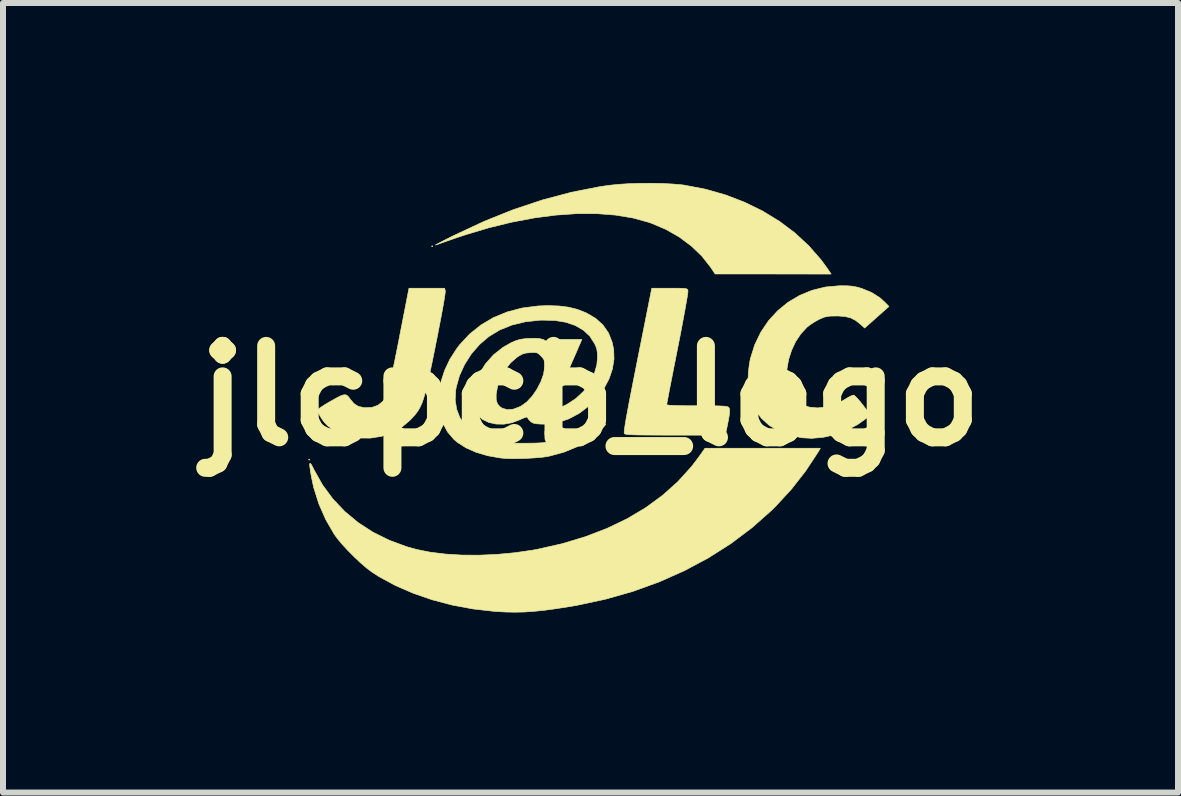
<source format=kicad_pcb>
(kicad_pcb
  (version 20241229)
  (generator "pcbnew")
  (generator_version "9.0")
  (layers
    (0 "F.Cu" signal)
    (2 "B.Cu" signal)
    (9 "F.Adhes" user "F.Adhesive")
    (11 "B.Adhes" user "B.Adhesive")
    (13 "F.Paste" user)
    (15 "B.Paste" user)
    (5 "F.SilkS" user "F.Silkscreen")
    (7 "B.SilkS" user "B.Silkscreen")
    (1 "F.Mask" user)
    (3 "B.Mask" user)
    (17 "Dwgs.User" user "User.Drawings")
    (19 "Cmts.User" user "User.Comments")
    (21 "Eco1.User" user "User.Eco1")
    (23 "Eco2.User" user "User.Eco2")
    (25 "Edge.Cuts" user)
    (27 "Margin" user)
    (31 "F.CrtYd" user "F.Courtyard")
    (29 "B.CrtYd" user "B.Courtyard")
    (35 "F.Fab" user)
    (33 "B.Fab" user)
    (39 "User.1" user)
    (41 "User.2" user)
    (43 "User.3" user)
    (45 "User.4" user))
  (footprint "jlcpcb_logo"
    (layer "F.Cu")
    (at 6.793 3.55)
    (property "Reference" "jlcpcb_logo" (at 0 0 0) (layer "F.SilkS") (effects (font (size 1.524 1.524) (thickness 0.3))))
    (attr through_hole)
    (fp_poly (pts (xy -4.681 1.061) (xy -4.69 1.07) (xy -4.699 1.061) (xy -4.69 1.052) (xy -4.681 1.061)) (stroke (width 0.01) (type solid)) (fill yes) (layer "F.SilkS"))
    (fp_poly (pts (xy -2.631 -2.495) (xy -2.64 -2.486) (xy -2.649 -2.495) (xy -2.64 -2.504) (xy -2.631 -2.495)) (stroke (width 0.01) (type solid)) (fill yes) (layer "F.SilkS"))
    (fp_poly (pts (xy 1.192 -3.542) (xy 1.363 -3.533) (xy 1.511 -3.521) (xy 1.568 -3.513) (xy 1.914 -3.447) (xy 2.248 -3.352) (xy 2.566 -3.23) (xy 2.867 -3.083) (xy 3.147 -2.912) (xy 3.405 -2.719) (xy 3.637 -2.504) (xy 3.841 -2.271) (xy 3.94 -2.136) (xy 4.011 -2.032) (xy 3.044 -2.033) (xy 2.077 -2.033) (xy 2 -2.148) (xy 1.855 -2.332) (xy 1.681 -2.499) (xy 1.481 -2.648) (xy 1.259 -2.775) (xy 1.02 -2.877) (xy 0.971 -2.894) (xy 0.706 -2.967) (xy 0.416 -3.015) (xy 0.104 -3.039) (xy -0.227 -3.039) (xy -0.575 -3.015) (xy -0.937 -2.968) (xy -1.312 -2.897) (xy -1.696 -2.803) (xy -2.087 -2.686) (xy -2.273 -2.624) (xy -2.369 -2.59) (xy -2.455 -2.56) (xy -2.525 -2.535) (xy -2.572 -2.519) (xy -2.585 -2.515) (xy -2.581 -2.519) (xy -2.547 -2.537) (xy -2.489 -2.568) (xy -2.411 -2.608) (xy -2.316 -2.656) (xy -2.259 -2.684) (xy -1.77 -2.912) (xy -1.283 -3.107) (xy -0.8 -3.268) (xy -0.321 -3.395) (xy 0.151 -3.488) (xy 0.318 -3.512) (xy 0.464 -3.527) (xy 0.634 -3.538) (xy 0.818 -3.544) (xy 1.007 -3.545) (xy 1.192 -3.542)) (stroke (width 0.01) (type solid)) (fill yes) (layer "F.SilkS"))
    (fp_poly (pts (xy -2.421 -1.753) (xy -2.422 -1.726) (xy -2.43 -1.667) (xy -2.444 -1.579) (xy -2.464 -1.465) (xy -2.489 -1.328) (xy -2.519 -1.173) (xy -2.552 -1.001) (xy -2.581 -0.856) (xy -2.625 -0.637) (xy -2.664 -0.45) (xy -2.698 -0.293) (xy -2.728 -0.161) (xy -2.756 -0.051) (xy -2.782 0.039) (xy -2.808 0.115) (xy -2.836 0.177) (xy -2.865 0.231) (xy -2.898 0.279) (xy -2.935 0.325) (xy -2.978 0.372) (xy -3.006 0.402) (xy -3.146 0.52) (xy -3.305 0.611) (xy -3.481 0.672) (xy -3.668 0.702) (xy -3.864 0.701) (xy -3.959 0.689) (xy -4.119 0.648) (xy -4.261 0.584) (xy -4.38 0.499) (xy -4.431 0.446) (xy -4.471 0.394) (xy -4.507 0.336) (xy -4.535 0.282) (xy -4.549 0.242) (xy -4.548 0.23) (xy -4.53 0.212) (xy -4.486 0.182) (xy -4.422 0.141) (xy -4.345 0.095) (xy -4.325 0.084) (xy -4.231 0.032) (xy -4.163 -0.003) (xy -4.114 -0.019) (xy -4.078 -0.019) (xy -4.05 -0.003) (xy -4.022 0.029) (xy -4.006 0.053) (xy -3.943 0.127) (xy -3.873 0.172) (xy -3.782 0.194) (xy -3.758 0.196) (xy -3.642 0.19) (xy -3.543 0.155) (xy -3.465 0.093) (xy -3.44 0.061) (xy -3.424 0.033) (xy -3.407 -0.001) (xy -3.391 -0.042) (xy -3.375 -0.095) (xy -3.356 -0.162) (xy -3.336 -0.246) (xy -3.313 -0.35) (xy -3.286 -0.478) (xy -3.254 -0.633) (xy -3.217 -0.817) (xy -3.175 -1.033) (xy -3.174 -1.039) (xy -3.026 -1.796) (xy -2.432 -1.796) (xy -2.421 -1.753)) (stroke (width 0.01) (type solid)) (fill yes) (layer "F.SilkS"))
    (fp_poly (pts (xy 1.427 -1.796) (xy 1.506 -1.795) (xy 1.56 -1.793) (xy 1.593 -1.788) (xy 1.611 -1.78) (xy 1.62 -1.769) (xy 1.624 -1.755) (xy 1.623 -1.73) (xy 1.615 -1.673) (xy 1.601 -1.587) (xy 1.581 -1.476) (xy 1.557 -1.343) (xy 1.529 -1.193) (xy 1.498 -1.028) (xy 1.463 -0.852) (xy 1.452 -0.796) (xy 1.417 -0.618) (xy 1.384 -0.451) (xy 1.354 -0.298) (xy 1.327 -0.162) (xy 1.305 -0.047) (xy 1.288 0.044) (xy 1.276 0.107) (xy 1.27 0.14) (xy 1.27 0.143) (xy 1.282 0.149) (xy 1.319 0.155) (xy 1.384 0.158) (xy 1.478 0.161) (xy 1.604 0.163) (xy 1.763 0.163) (xy 1.776 0.163) (xy 1.927 0.164) (xy 2.046 0.164) (xy 2.136 0.166) (xy 2.203 0.169) (xy 2.249 0.172) (xy 2.279 0.178) (xy 2.297 0.185) (xy 2.305 0.192) (xy 2.316 0.216) (xy 2.318 0.256) (xy 2.313 0.317) (xy 2.298 0.404) (xy 2.275 0.52) (xy 2.267 0.558) (xy 2.247 0.653) (xy 1.416 0.653) (xy 1.215 0.653) (xy 1.048 0.652) (xy 0.911 0.651) (xy 0.802 0.65) (xy 0.718 0.648) (xy 0.655 0.645) (xy 0.611 0.641) (xy 0.583 0.636) (xy 0.567 0.631) (xy 0.564 0.628) (xy 0.561 0.615) (xy 0.562 0.586) (xy 0.568 0.538) (xy 0.578 0.47) (xy 0.593 0.38) (xy 0.614 0.266) (xy 0.64 0.125) (xy 0.673 -0.044) (xy 0.712 -0.244) (xy 0.758 -0.476) (xy 0.782 -0.597) (xy 1.021 -1.796) (xy 1.317 -1.796) (xy 1.427 -1.796)) (stroke (width 0.01) (type solid)) (fill yes) (layer "F.SilkS"))
    (fp_poly (pts (xy 3.791 0.939) (xy 3.586 1.25) (xy 3.351 1.551) (xy 3.088 1.837) (xy 3.019 1.905) (xy 2.692 2.195) (xy 2.34 2.46) (xy 1.964 2.699) (xy 1.565 2.912) (xy 1.144 3.099) (xy 0.705 3.258) (xy 0.247 3.388) (xy -0.228 3.49) (xy -0.346 3.51) (xy -0.57 3.545) (xy -0.767 3.572) (xy -0.943 3.59) (xy -1.105 3.601) (xy -1.26 3.604) (xy -1.416 3.601) (xy -1.581 3.592) (xy -1.606 3.59) (xy -1.958 3.55) (xy -2.303 3.486) (xy -2.637 3.398) (xy -2.954 3.289) (xy -3.251 3.16) (xy -3.523 3.013) (xy -3.647 2.933) (xy -3.734 2.867) (xy -3.834 2.781) (xy -3.94 2.681) (xy -4.045 2.575) (xy -4.141 2.471) (xy -4.221 2.375) (xy -4.27 2.308) (xy -4.412 2.063) (xy -4.528 1.8) (xy -4.614 1.528) (xy -4.652 1.351) (xy -4.67 1.243) (xy -4.68 1.17) (xy -4.681 1.13) (xy -4.672 1.121) (xy -4.654 1.143) (xy -4.626 1.195) (xy -4.609 1.23) (xy -4.467 1.483) (xy -4.296 1.715) (xy -4.098 1.924) (xy -3.874 2.11) (xy -3.626 2.271) (xy -3.355 2.405) (xy -3.063 2.513) (xy -2.906 2.557) (xy -2.678 2.603) (xy -2.423 2.635) (xy -2.147 2.652) (xy -1.858 2.654) (xy -1.562 2.641) (xy -1.264 2.613) (xy -0.971 2.571) (xy -0.889 2.556) (xy -0.475 2.463) (xy -0.087 2.346) (xy 0.276 2.207) (xy 0.613 2.045) (xy 0.923 1.86) (xy 1.205 1.653) (xy 1.459 1.425) (xy 1.685 1.175) (xy 1.809 1.011) (xy 1.908 0.871) (xy 3.831 0.871) (xy 3.791 0.939)) (stroke (width 0.01) (type solid)) (fill yes) (layer "F.SilkS"))
    (fp_poly (pts (xy 4.285 -1.836) (xy 4.365 -1.829) (xy 4.436 -1.816) (xy 4.511 -1.795) (xy 4.522 -1.791) (xy 4.686 -1.724) (xy 4.824 -1.636) (xy 4.905 -1.563) (xy 4.974 -1.492) (xy 4.569 -1.132) (xy 4.503 -1.192) (xy 4.422 -1.257) (xy 4.34 -1.3) (xy 4.247 -1.324) (xy 4.133 -1.333) (xy 4.1 -1.333) (xy 4.015 -1.332) (xy 3.952 -1.327) (xy 3.901 -1.315) (xy 3.847 -1.294) (xy 3.81 -1.277) (xy 3.734 -1.235) (xy 3.657 -1.184) (xy 3.607 -1.145) (xy 3.505 -1.035) (xy 3.419 -0.906) (xy 3.352 -0.763) (xy 3.303 -0.612) (xy 3.275 -0.459) (xy 3.269 -0.311) (xy 3.286 -0.172) (xy 3.327 -0.049) (xy 3.357 0.004) (xy 3.434 0.09) (xy 3.534 0.151) (xy 3.651 0.187) (xy 3.781 0.199) (xy 3.919 0.185) (xy 4.059 0.146) (xy 4.198 0.082) (xy 4.244 0.054) (xy 4.303 0.019) (xy 4.354 -0.006) (xy 4.386 -0.015) (xy 4.388 -0.014) (xy 4.41 0.002) (xy 4.448 0.041) (xy 4.497 0.097) (xy 4.542 0.154) (xy 4.666 0.317) (xy 4.614 0.36) (xy 4.451 0.477) (xy 4.269 0.572) (xy 4.076 0.644) (xy 3.88 0.689) (xy 3.687 0.706) (xy 3.52 0.696) (xy 3.314 0.652) (xy 3.133 0.582) (xy 2.977 0.489) (xy 2.848 0.372) (xy 2.746 0.233) (xy 2.673 0.072) (xy 2.647 -0.018) (xy 2.631 -0.128) (xy 2.625 -0.26) (xy 2.632 -0.402) (xy 2.649 -0.542) (xy 2.665 -0.624) (xy 2.737 -0.853) (xy 2.838 -1.063) (xy 2.966 -1.253) (xy 3.118 -1.419) (xy 3.291 -1.561) (xy 3.483 -1.675) (xy 3.692 -1.761) (xy 3.915 -1.816) (xy 4.149 -1.837) (xy 4.182 -1.837) (xy 4.285 -1.836)) (stroke (width 0.01) (type solid)) (fill yes) (layer "F.SilkS"))
    (fp_poly (pts (xy -0.528 -1.5) (xy -0.368 -1.48) (xy -0.223 -1.444) (xy -0.086 -1.391) (xy -0.064 -1.381) (xy 0.087 -1.292) (xy 0.207 -1.183) (xy 0.298 -1.053) (xy 0.359 -0.901) (xy 0.386 -0.774) (xy 0.391 -0.616) (xy 0.365 -0.451) (xy 0.309 -0.286) (xy 0.225 -0.126) (xy 0.123 0.014) (xy -0.027 0.167) (xy -0.19 0.29) (xy -0.365 0.383) (xy -0.547 0.443) (xy -0.733 0.469) (xy -0.82 0.469) (xy -0.895 0.464) (xy -0.946 0.455) (xy -0.981 0.439) (xy -1.006 0.419) (xy -1.037 0.384) (xy -1.052 0.356) (xy -1.052 0.354) (xy -1.067 0.352) (xy -1.106 0.364) (xy -1.163 0.388) (xy -1.18 0.397) (xy -1.31 0.446) (xy -1.444 0.47) (xy -1.574 0.468) (xy -1.694 0.442) (xy -1.799 0.392) (xy -1.874 0.326) (xy -1.94 0.222) (xy -1.972 0.104) (xy -1.972 -0.027) (xy -1.573 -0.027) (xy -1.572 0.064) (xy -1.552 0.13) (xy -1.512 0.178) (xy -1.469 0.205) (xy -1.385 0.229) (xy -1.287 0.22) (xy -1.178 0.179) (xy -1.157 0.168) (xy -1.062 0.1) (xy -0.972 0.003) (xy -0.892 -0.113) (xy -0.827 -0.239) (xy -0.782 -0.367) (xy -0.763 -0.489) (xy -0.762 -0.509) (xy -0.765 -0.57) (xy -0.78 -0.612) (xy -0.813 -0.653) (xy -0.826 -0.666) (xy -0.862 -0.701) (xy -0.893 -0.719) (xy -0.93 -0.725) (xy -0.988 -0.724) (xy -1.007 -0.722) (xy -1.078 -0.715) (xy -1.134 -0.699) (xy -1.191 -0.668) (xy -1.229 -0.643) (xy -1.332 -0.553) (xy -1.424 -0.437) (xy -1.498 -0.304) (xy -1.549 -0.163) (xy -1.573 -0.027) (xy -1.972 -0.027) (xy -1.972 -0.028) (xy -1.938 -0.176) (xy -1.871 -0.338) (xy -1.861 -0.358) (xy -1.752 -0.534) (xy -1.617 -0.686) (xy -1.46 -0.81) (xy -1.326 -0.886) (xy -1.244 -0.922) (xy -1.173 -0.943) (xy -1.096 -0.954) (xy -1.041 -0.958) (xy -0.932 -0.961) (xy -0.85 -0.956) (xy -0.786 -0.94) (xy -0.732 -0.911) (xy -0.681 -0.87) (xy -0.604 -0.799) (xy -0.539 -0.943) (xy -0.145 -0.943) (xy -0.169 -0.884) (xy -0.183 -0.853) (xy -0.209 -0.793) (xy -0.245 -0.709) (xy -0.29 -0.607) (xy -0.341 -0.491) (xy -0.396 -0.365) (xy -0.407 -0.339) (xy -0.461 -0.214) (xy -0.509 -0.1) (xy -0.55 0.000419) (xy -0.581 0.082) (xy -0.602 0.14) (xy -0.61 0.171) (xy -0.61 0.173) (xy -0.584 0.196) (xy -0.533 0.195) (xy -0.461 0.173) (xy -0.395 0.142) (xy -0.246 0.044) (xy -0.118 -0.075) (xy -0.015 -0.211) (xy 0.06 -0.361) (xy 0.105 -0.517) (xy 0.116 -0.635) (xy 0.114 -0.716) (xy 0.105 -0.778) (xy 0.085 -0.837) (xy 0.067 -0.873) (xy -0.012 -0.997) (xy -0.12 -1.097) (xy -0.254 -1.175) (xy -0.414 -1.229) (xy -0.597 -1.259) (xy -0.804 -1.264) (xy -0.844 -1.263) (xy -1.089 -1.236) (xy -1.311 -1.182) (xy -1.512 -1.101) (xy -1.694 -0.991) (xy -1.694 -0.991) (xy -1.85 -0.858) (xy -1.987 -0.7) (xy -2.1 -0.523) (xy -2.186 -0.334) (xy -2.24 -0.14) (xy -2.247 -0.099) (xy -2.256 0.065) (xy -2.232 0.22) (xy -2.177 0.363) (xy -2.093 0.489) (xy -1.982 0.594) (xy -1.861 0.668) (xy -1.775 0.708) (xy -1.693 0.738) (xy -1.609 0.76) (xy -1.517 0.774) (xy -1.409 0.783) (xy -1.277 0.787) (xy -1.134 0.788) (xy -1.003 0.787) (xy -0.902 0.785) (xy -0.822 0.781) (xy -0.758 0.775) (xy -0.703 0.765) (xy -0.648 0.753) (xy -0.626 0.747) (xy -0.476 0.697) (xy -0.33 0.634) (xy -0.203 0.563) (xy -0.14 0.52) (xy -0.096 0.487) (xy -0.061 0.468) (xy -0.021 0.458) (xy 0.033 0.454) (xy 0.1 0.454) (xy 0.17 0.455) (xy 0.223 0.46) (xy 0.251 0.466) (xy 0.254 0.469) (xy 0.241 0.49) (xy 0.206 0.528) (xy 0.157 0.576) (xy 0.099 0.629) (xy 0.04 0.679) (xy -0.014 0.722) (xy -0.036 0.738) (xy -0.225 0.847) (xy -0.439 0.935) (xy -0.672 0.999) (xy -0.708 1.007) (xy -0.8 1.021) (xy -0.917 1.031) (xy -1.049 1.039) (xy -1.186 1.043) (xy -1.317 1.044) (xy -1.432 1.04) (xy -1.504 1.033) (xy -1.715 0.996) (xy -1.908 0.939) (xy -2.077 0.864) (xy -2.218 0.774) (xy -2.277 0.724) (xy -2.383 0.6) (xy -2.46 0.457) (xy -2.51 0.298) (xy -2.532 0.127) (xy -2.526 -0.052) (xy -2.493 -0.237) (xy -2.433 -0.423) (xy -2.347 -0.607) (xy -2.233 -0.785) (xy -2.183 -0.852) (xy -2.016 -1.031) (xy -1.827 -1.183) (xy -1.617 -1.307) (xy -1.387 -1.401) (xy -1.14 -1.466) (xy -0.877 -1.5) (xy -0.714 -1.506) (xy -0.528 -1.5)) (stroke (width 0.01) (type solid)) (fill yes) (layer "F.SilkS")))
  (gr_rect
    (start -3 -3)
    (end 16.585 10.16)
    (stroke (width 0.1) (type default))
    (fill no)
    (layer "Edge.Cuts")))
</source>
